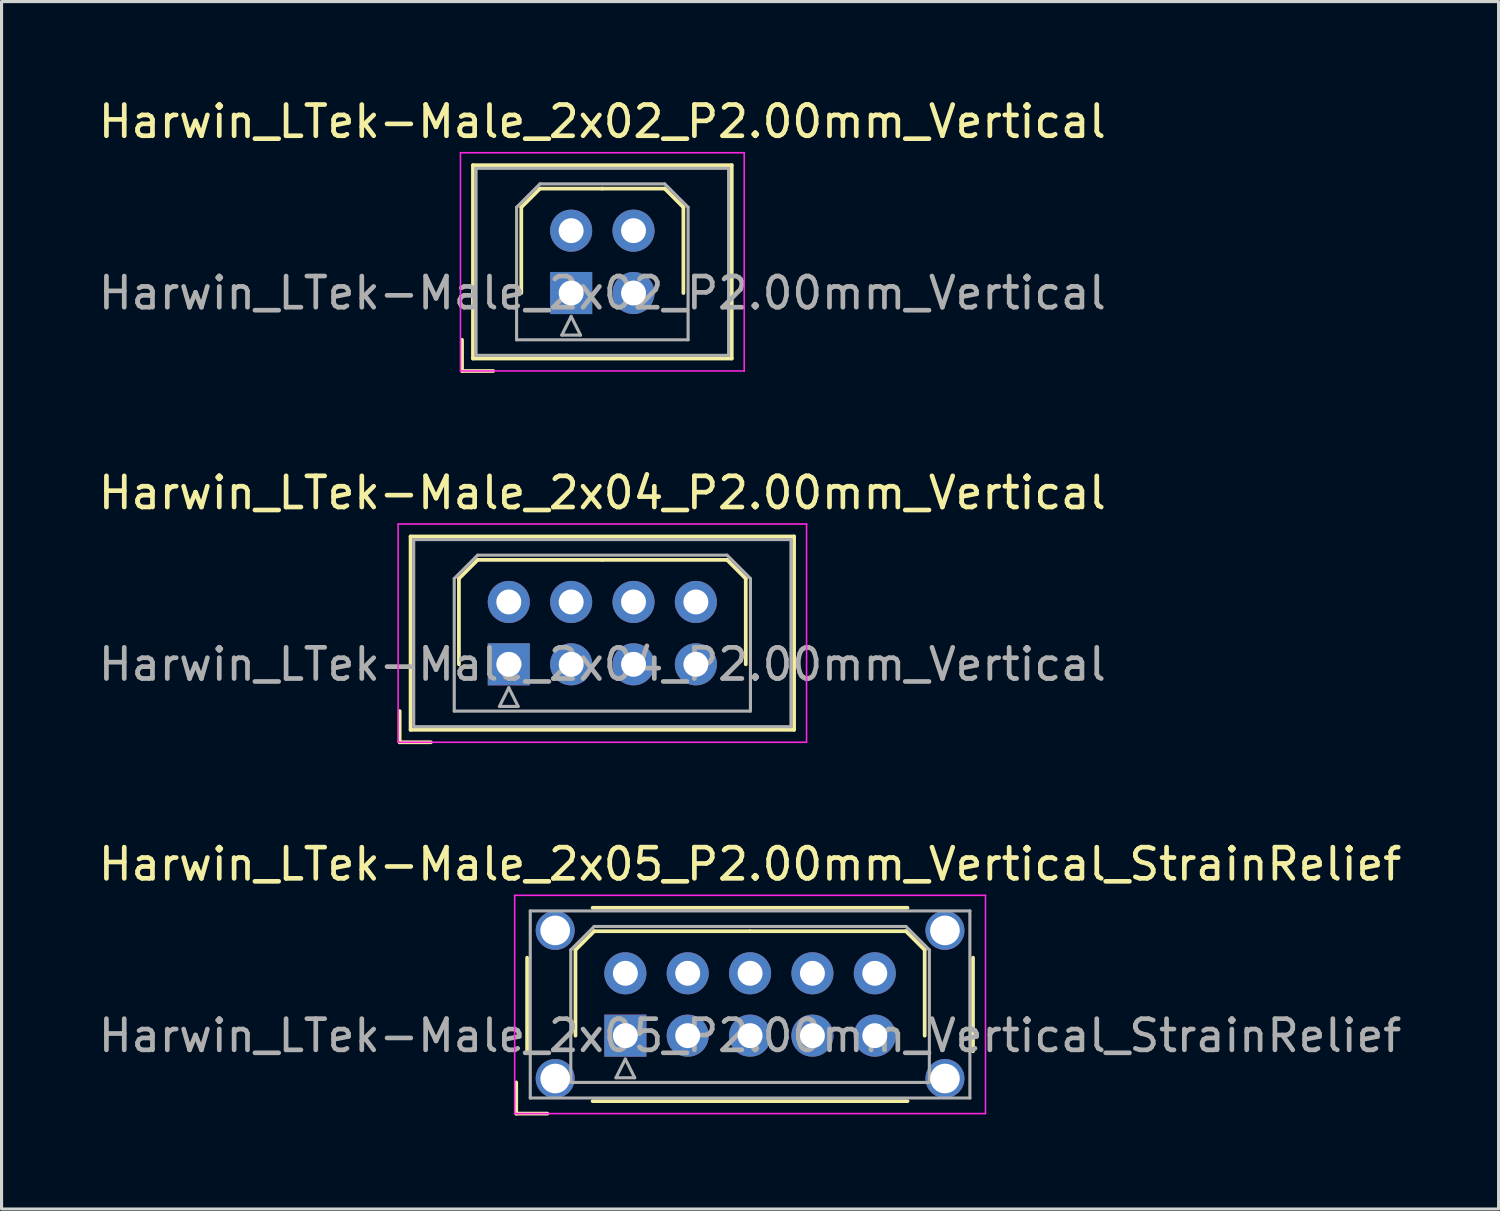
<source format=kicad_pcb>
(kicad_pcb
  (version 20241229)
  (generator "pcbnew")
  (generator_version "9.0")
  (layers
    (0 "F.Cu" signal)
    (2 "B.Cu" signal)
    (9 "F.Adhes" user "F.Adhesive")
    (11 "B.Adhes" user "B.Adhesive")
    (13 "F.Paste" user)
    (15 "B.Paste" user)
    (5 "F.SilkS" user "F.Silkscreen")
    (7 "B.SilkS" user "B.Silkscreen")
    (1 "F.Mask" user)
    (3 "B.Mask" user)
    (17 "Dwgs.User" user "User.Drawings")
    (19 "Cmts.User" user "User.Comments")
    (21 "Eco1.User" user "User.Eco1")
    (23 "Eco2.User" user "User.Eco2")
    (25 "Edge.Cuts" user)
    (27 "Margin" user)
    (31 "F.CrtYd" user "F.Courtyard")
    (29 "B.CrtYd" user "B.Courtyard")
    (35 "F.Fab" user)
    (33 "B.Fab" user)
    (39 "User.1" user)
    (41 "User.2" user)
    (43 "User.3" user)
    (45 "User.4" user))
  (footprint "Harwin_LTek-Male_2x04_P2.00mm_Vertical"
    (layer "F.Cu")
    (at 13.268 18.256)
    (property "Reference" "Harwin_LTek-Male_2x04_P2.00mm_Vertical" (at 3 -5.5 0) (layer "F.SilkS") (effects (font (size 1 1) (thickness 0.15))))
    (attr through_hole)
    (fp_line (start -3.5 1.5) (end -3.5 2.5) (stroke (width 0.12) (type solid)) (layer "F.SilkS"))
    (fp_line (start -3.5 2.5) (end -2.5 2.5) (stroke (width 0.12) (type solid)) (layer "F.SilkS"))
    (fp_line (start -3.15 -4.1) (end -3.15 2.1) (stroke (width 0.12) (type solid)) (layer "F.SilkS"))
    (fp_line (start -3.15 2.1) (end 9.15 2.1) (stroke (width 0.12) (type solid)) (layer "F.SilkS"))
    (fp_line (start -1.6 -2.75) (end -1 -3.35) (stroke (width 0.12) (type solid)) (layer "F.SilkS"))
    (fp_line (start -1.6 0) (end -1.6 -2.75) (stroke (width 0.12) (type solid)) (layer "F.SilkS"))
    (fp_line (start -1 -3.35) (end 3 -3.35) (stroke (width 0.12) (type solid)) (layer "F.SilkS"))
    (fp_line (start 7 -3.35) (end 3 -3.35) (stroke (width 0.12) (type solid)) (layer "F.SilkS"))
    (fp_line (start 7.6 -2.75) (end 7 -3.35) (stroke (width 0.12) (type solid)) (layer "F.SilkS"))
    (fp_line (start 7.6 0) (end 7.6 -2.75) (stroke (width 0.12) (type solid)) (layer "F.SilkS"))
    (fp_line (start 9.15 -4.1) (end -3.15 -4.1) (stroke (width 0.12) (type solid)) (layer "F.SilkS"))
    (fp_line (start 9.15 2.1) (end 9.15 -4.1) (stroke (width 0.12) (type solid)) (layer "F.SilkS"))
    (fp_line (start -3.55 -4.5) (end -3.55 2.5) (stroke (width 0.05) (type solid)) (layer "F.CrtYd"))
    (fp_line (start -3.55 2.5) (end 9.55 2.5) (stroke (width 0.05) (type solid)) (layer "F.CrtYd"))
    (fp_line (start 9.55 -4.5) (end -3.55 -4.5) (stroke (width 0.05) (type solid)) (layer "F.CrtYd"))
    (fp_line (start 9.55 2.5) (end 9.55 -4.5) (stroke (width 0.05) (type solid)) (layer "F.CrtYd"))
    (fp_line (start -3.05 -4) (end -3.05 2) (stroke (width 0.1) (type solid)) (layer "F.Fab"))
    (fp_line (start -3.05 2) (end 9.05 2) (stroke (width 0.1) (type solid)) (layer "F.Fab"))
    (fp_line (start -1.75 -2.75) (end -1 -3.5) (stroke (width 0.1) (type solid)) (layer "F.Fab"))
    (fp_line (start -1.75 1.5) (end -1.75 -2.75) (stroke (width 0.1) (type solid)) (layer "F.Fab"))
    (fp_line (start -1 -3.5) (end 7 -3.5) (stroke (width 0.1) (type solid)) (layer "F.Fab"))
    (fp_line (start -0.3 1.35) (end 0.3 1.35) (stroke (width 0.1) (type solid)) (layer "F.Fab"))
    (fp_line (start 0 0.75) (end -0.3 1.35) (stroke (width 0.1) (type solid)) (layer "F.Fab"))
    (fp_line (start 0.3 1.35) (end 0 0.75) (stroke (width 0.1) (type solid)) (layer "F.Fab"))
    (fp_line (start 7 -3.5) (end 7.75 -2.75) (stroke (width 0.1) (type solid)) (layer "F.Fab"))
    (fp_line (start 7.75 -2.75) (end 7.75 1.5) (stroke (width 0.1) (type solid)) (layer "F.Fab"))
    (fp_line (start 7.75 1.5) (end -1.75 1.5) (stroke (width 0.1) (type solid)) (layer "F.Fab"))
    (fp_line (start 9.05 -4) (end -3.05 -4) (stroke (width 0.1) (type solid)) (layer "F.Fab"))
    (fp_line (start 9.05 2) (end 9.05 -4) (stroke (width 0.1) (type solid)) (layer "F.Fab"))
    (fp_text user "${REFERENCE}" (at 3 0 0) (layer "F.Fab") (effects (font (size 1 1) (thickness 0.15))))
    (pad "1" thru_hole rect (at 0 0) (size 1.35 1.35) (drill 0.8) (layers "*.Cu" "*.Mask"))
    (pad "2" thru_hole circle (at 0 -2) (size 1.35 1.35) (drill 0.8) (layers "*.Cu" "*.Mask"))
    (pad "3" thru_hole circle (at 2 0) (size 1.35 1.35) (drill 0.8) (layers "*.Cu" "*.Mask"))
    (pad "4" thru_hole circle (at 2 -2) (size 1.35 1.35) (drill 0.8) (layers "*.Cu" "*.Mask"))
    (pad "5" thru_hole circle (at 4 0) (size 1.35 1.35) (drill 0.8) (layers "*.Cu" "*.Mask"))
    (pad "6" thru_hole circle (at 4 -2) (size 1.35 1.35) (drill 0.8) (layers "*.Cu" "*.Mask"))
    (pad "7" thru_hole circle (at 6 0) (size 1.35 1.35) (drill 0.8) (layers "*.Cu" "*.Mask"))
    (pad "8" thru_hole circle (at 6 -2) (size 1.35 1.35) (drill 0.8) (layers "*.Cu" "*.Mask")))
  (footprint "Harwin_LTek-Male_2x02_P2.00mm_Vertical"
    (layer "F.Cu")
    (at 15.268 6.348)
    (property "Reference" "Harwin_LTek-Male_2x02_P2.00mm_Vertical" (at 1 -5.5 0) (layer "F.SilkS") (effects (font (size 1 1) (thickness 0.15))))
    (attr through_hole)
    (fp_line (start -3.5 1.5) (end -3.5 2.5) (stroke (width 0.12) (type solid)) (layer "F.SilkS"))
    (fp_line (start -3.5 2.5) (end -2.5 2.5) (stroke (width 0.12) (type solid)) (layer "F.SilkS"))
    (fp_line (start -3.15 -4.1) (end -3.15 2.1) (stroke (width 0.12) (type solid)) (layer "F.SilkS"))
    (fp_line (start -3.15 2.1) (end 5.15 2.1) (stroke (width 0.12) (type solid)) (layer "F.SilkS"))
    (fp_line (start -1.6 -2.75) (end -1 -3.35) (stroke (width 0.12) (type solid)) (layer "F.SilkS"))
    (fp_line (start -1.6 0) (end -1.6 -2.75) (stroke (width 0.12) (type solid)) (layer "F.SilkS"))
    (fp_line (start -1 -3.35) (end 1 -3.35) (stroke (width 0.12) (type solid)) (layer "F.SilkS"))
    (fp_line (start 3 -3.35) (end 1 -3.35) (stroke (width 0.12) (type solid)) (layer "F.SilkS"))
    (fp_line (start 3.6 -2.75) (end 3 -3.35) (stroke (width 0.12) (type solid)) (layer "F.SilkS"))
    (fp_line (start 3.6 0) (end 3.6 -2.75) (stroke (width 0.12) (type solid)) (layer "F.SilkS"))
    (fp_line (start 5.15 -4.1) (end -3.15 -4.1) (stroke (width 0.12) (type solid)) (layer "F.SilkS"))
    (fp_line (start 5.15 2.1) (end 5.15 -4.1) (stroke (width 0.12) (type solid)) (layer "F.SilkS"))
    (fp_line (start -3.55 -4.5) (end -3.55 2.5) (stroke (width 0.05) (type solid)) (layer "F.CrtYd"))
    (fp_line (start -3.55 2.5) (end 5.55 2.5) (stroke (width 0.05) (type solid)) (layer "F.CrtYd"))
    (fp_line (start 5.55 -4.5) (end -3.55 -4.5) (stroke (width 0.05) (type solid)) (layer "F.CrtYd"))
    (fp_line (start 5.55 2.5) (end 5.55 -4.5) (stroke (width 0.05) (type solid)) (layer "F.CrtYd"))
    (fp_line (start -3.05 -4) (end -3.05 2) (stroke (width 0.1) (type solid)) (layer "F.Fab"))
    (fp_line (start -3.05 2) (end 5.05 2) (stroke (width 0.1) (type solid)) (layer "F.Fab"))
    (fp_line (start -1.75 -2.75) (end -1 -3.5) (stroke (width 0.1) (type solid)) (layer "F.Fab"))
    (fp_line (start -1.75 1.5) (end -1.75 -2.75) (stroke (width 0.1) (type solid)) (layer "F.Fab"))
    (fp_line (start -1 -3.5) (end 3 -3.5) (stroke (width 0.1) (type solid)) (layer "F.Fab"))
    (fp_line (start -0.3 1.35) (end 0.3 1.35) (stroke (width 0.1) (type solid)) (layer "F.Fab"))
    (fp_line (start 0 0.75) (end -0.3 1.35) (stroke (width 0.1) (type solid)) (layer "F.Fab"))
    (fp_line (start 0.3 1.35) (end 0 0.75) (stroke (width 0.1) (type solid)) (layer "F.Fab"))
    (fp_line (start 3 -3.5) (end 3.75 -2.75) (stroke (width 0.1) (type solid)) (layer "F.Fab"))
    (fp_line (start 3.75 -2.75) (end 3.75 1.5) (stroke (width 0.1) (type solid)) (layer "F.Fab"))
    (fp_line (start 3.75 1.5) (end -1.75 1.5) (stroke (width 0.1) (type solid)) (layer "F.Fab"))
    (fp_line (start 5.05 -4) (end -3.05 -4) (stroke (width 0.1) (type solid)) (layer "F.Fab"))
    (fp_line (start 5.05 2) (end 5.05 -4) (stroke (width 0.1) (type solid)) (layer "F.Fab"))
    (fp_text user "${REFERENCE}" (at 1 0 0) (layer "F.Fab") (effects (font (size 1 1) (thickness 0.15))))
    (pad "1" thru_hole rect (at 0 0) (size 1.35 1.35) (drill 0.8) (layers "*.Cu" "*.Mask"))
    (pad "2" thru_hole circle (at 0 -2) (size 1.35 1.35) (drill 0.8) (layers "*.Cu" "*.Mask"))
    (pad "3" thru_hole circle (at 2 0) (size 1.35 1.35) (drill 0.8) (layers "*.Cu" "*.Mask"))
    (pad "4" thru_hole circle (at 2 -2) (size 1.35 1.35) (drill 0.8) (layers "*.Cu" "*.Mask")))
  (footprint "Harwin_LTek-Male_2x05_P2.00mm_Vertical_StrainRelief"
    (layer "F.Cu")
    (at 17.006 30.165)
    (property "Reference" "Harwin_LTek-Male_2x05_P2.00mm_Vertical_StrainRelief" (at 4 -5.5 0) (layer "F.SilkS") (effects (font (size 1 1) (thickness 0.15))))
    (attr through_hole)
    (fp_line (start -3.5 1.5) (end -3.5 2.5) (stroke (width 0.12) (type solid)) (layer "F.SilkS"))
    (fp_line (start -3.5 2.5) (end -2.5 2.5) (stroke (width 0.12) (type solid)) (layer "F.SilkS"))
    (fp_line (start -3.15 -2.5) (end -3.15 0.5) (stroke (width 0.12) (type solid)) (layer "F.SilkS"))
    (fp_line (start -1.6 -2.75) (end -1 -3.35) (stroke (width 0.12) (type solid)) (layer "F.SilkS"))
    (fp_line (start -1.6 0) (end -1.6 -2.75) (stroke (width 0.12) (type solid)) (layer "F.SilkS"))
    (fp_line (start -1.05 -4.1) (end 9.05 -4.1) (stroke (width 0.12) (type solid)) (layer "F.SilkS"))
    (fp_line (start -1.05 2.1) (end 9.05 2.1) (stroke (width 0.12) (type solid)) (layer "F.SilkS"))
    (fp_line (start -1 -3.35) (end 4 -3.35) (stroke (width 0.12) (type solid)) (layer "F.SilkS"))
    (fp_line (start 9 -3.35) (end 4 -3.35) (stroke (width 0.12) (type solid)) (layer "F.SilkS"))
    (fp_line (start 9.6 -2.75) (end 9 -3.35) (stroke (width 0.12) (type solid)) (layer "F.SilkS"))
    (fp_line (start 9.6 0) (end 9.6 -2.75) (stroke (width 0.12) (type solid)) (layer "F.SilkS"))
    (fp_line (start 11.15 -2.5) (end 11.15 0.5) (stroke (width 0.12) (type solid)) (layer "F.SilkS"))
    (fp_line (start -3.55 -4.5) (end -3.55 2.5) (stroke (width 0.05) (type solid)) (layer "F.CrtYd"))
    (fp_line (start -3.55 2.5) (end 11.55 2.5) (stroke (width 0.05) (type solid)) (layer "F.CrtYd"))
    (fp_line (start 11.55 -4.5) (end -3.55 -4.5) (stroke (width 0.05) (type solid)) (layer "F.CrtYd"))
    (fp_line (start 11.55 2.5) (end 11.55 -4.5) (stroke (width 0.05) (type solid)) (layer "F.CrtYd"))
    (fp_line (start -3.05 -4) (end -3.05 2) (stroke (width 0.1) (type solid)) (layer "F.Fab"))
    (fp_line (start -3.05 2) (end 11.05 2) (stroke (width 0.1) (type solid)) (layer "F.Fab"))
    (fp_line (start -1.75 -2.75) (end -1 -3.5) (stroke (width 0.1) (type solid)) (layer "F.Fab"))
    (fp_line (start -1.75 1.5) (end -1.75 -2.75) (stroke (width 0.1) (type solid)) (layer "F.Fab"))
    (fp_line (start -1 -3.5) (end 9 -3.5) (stroke (width 0.1) (type solid)) (layer "F.Fab"))
    (fp_line (start -0.3 1.35) (end 0.3 1.35) (stroke (width 0.1) (type solid)) (layer "F.Fab"))
    (fp_line (start 0 0.75) (end -0.3 1.35) (stroke (width 0.1) (type solid)) (layer "F.Fab"))
    (fp_line (start 0.3 1.35) (end 0 0.75) (stroke (width 0.1) (type solid)) (layer "F.Fab"))
    (fp_line (start 9 -3.5) (end 9.75 -2.75) (stroke (width 0.1) (type solid)) (layer "F.Fab"))
    (fp_line (start 9.75 -2.75) (end 9.75 1.5) (stroke (width 0.1) (type solid)) (layer "F.Fab"))
    (fp_line (start 9.75 1.5) (end -1.75 1.5) (stroke (width 0.1) (type solid)) (layer "F.Fab"))
    (fp_line (start 11.05 -4) (end -3.05 -4) (stroke (width 0.1) (type solid)) (layer "F.Fab"))
    (fp_line (start 11.05 2) (end 11.05 -4) (stroke (width 0.1) (type solid)) (layer "F.Fab"))
    (fp_text user "${REFERENCE}" (at 4 0 0) (layer "F.Fab") (effects (font (size 1 1) (thickness 0.15))))
    (pad "" thru_hole circle (at -2.25 -3.375) (size 1.25 1.25) (drill 0.95) (layers "*.Cu" "*.Mask"))
    (pad "" thru_hole circle (at -2.25 1.375) (size 1.25 1.25) (drill 0.95) (layers "*.Cu" "*.Mask"))
    (pad "" thru_hole circle (at 10.25 -3.375) (size 1.25 1.25) (drill 0.95) (layers "*.Cu" "*.Mask"))
    (pad "" thru_hole circle (at 10.25 1.375) (size 1.25 1.25) (drill 0.95) (layers "*.Cu" "*.Mask"))
    (pad "1" thru_hole rect (at 0 0) (size 1.35 1.35) (drill 0.8) (layers "*.Cu" "*.Mask"))
    (pad "2" thru_hole circle (at 0 -2) (size 1.35 1.35) (drill 0.8) (layers "*.Cu" "*.Mask"))
    (pad "3" thru_hole circle (at 2 0) (size 1.35 1.35) (drill 0.8) (layers "*.Cu" "*.Mask"))
    (pad "4" thru_hole circle (at 2 -2) (size 1.35 1.35) (drill 0.8) (layers "*.Cu" "*.Mask"))
    (pad "5" thru_hole circle (at 4 0) (size 1.35 1.35) (drill 0.8) (layers "*.Cu" "*.Mask"))
    (pad "6" thru_hole circle (at 4 -2) (size 1.35 1.35) (drill 0.8) (layers "*.Cu" "*.Mask"))
    (pad "7" thru_hole circle (at 6 0) (size 1.35 1.35) (drill 0.8) (layers "*.Cu" "*.Mask"))
    (pad "8" thru_hole circle (at 6 -2) (size 1.35 1.35) (drill 0.8) (layers "*.Cu" "*.Mask"))
    (pad "9" thru_hole circle (at 8 0) (size 1.35 1.35) (drill 0.8) (layers "*.Cu" "*.Mask"))
    (pad "10" thru_hole circle (at 8 -2) (size 1.35 1.35) (drill 0.8) (layers "*.Cu" "*.Mask")))
  (gr_rect
    (start -3 -3)
    (end 45.012 35.725)
    (stroke (width 0.1) (type default))
    (fill no)
    (layer "Edge.Cuts")))
</source>
